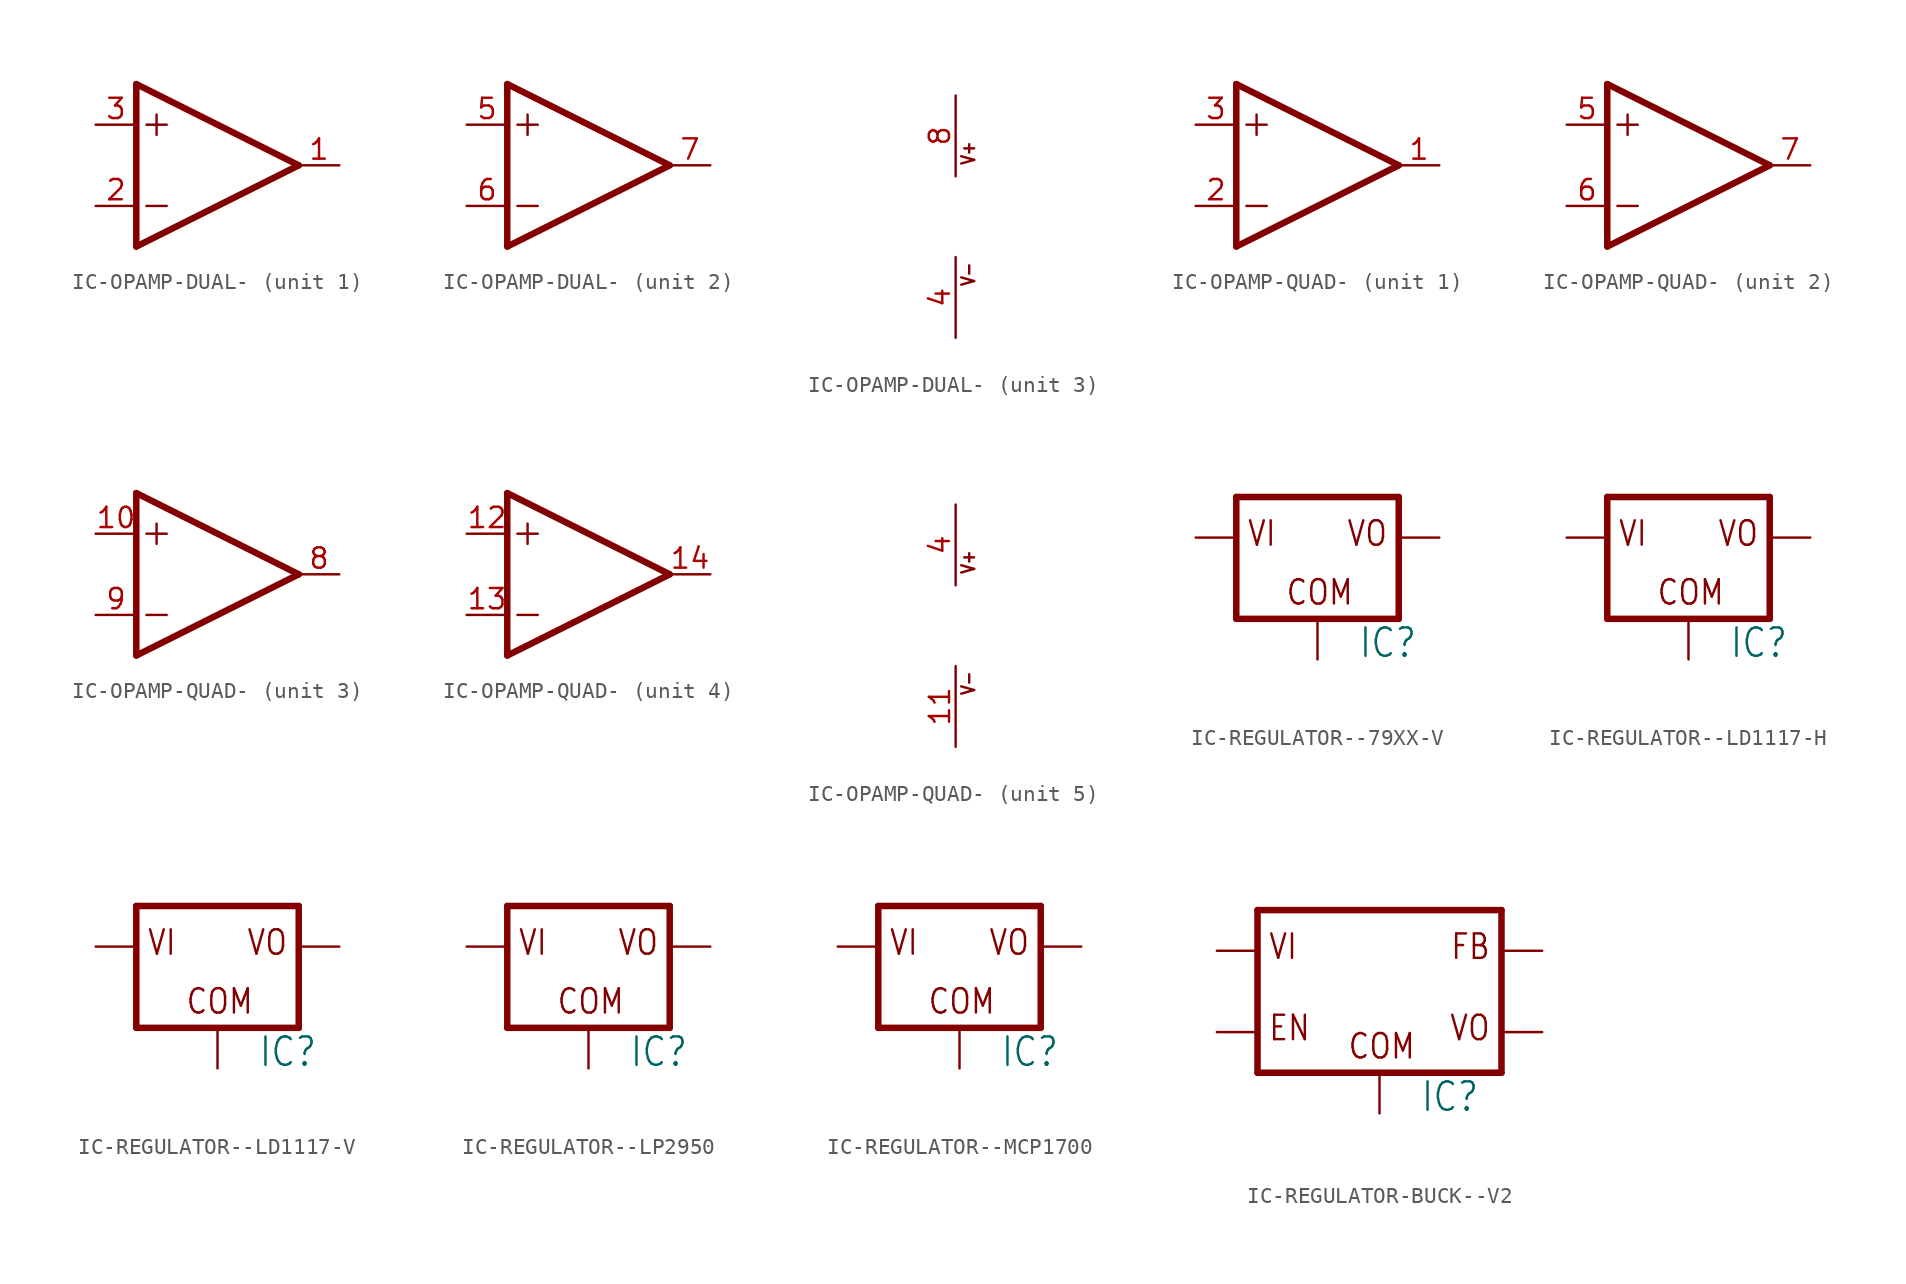
<source format=kicad_sym>
(kicad_symbol_lib
  (version 20231120)
  (generator "kicad_symbol_editor")
  (generator_version "8.0")
  (symbol "IC-OPAMP-DUAL-"
    (property "Reference" "IC"
      (at 2.54 3.175 0)
      (effects (font (size 1.778 1.511)) (justify left bottom) (hide yes)))
    (property "ki_locked" ""
      (at 0 0 0)
      (effects (font (size 1.27 1.27))))
    (symbol "IC-OPAMP-DUAL-_1_0"
      (polyline (pts (xy -5.08 -5.08) (xy 5.08 0)) (stroke (width 0.406) (type solid)) (fill (type none)))
      (polyline (pts (xy -5.08 5.08) (xy -5.08 -5.08)) (stroke (width 0.406) (type solid)) (fill (type none)))
      (polyline (pts (xy -4.445 -2.54) (xy -3.175 -2.54)) (stroke (width 0.152) (type solid)) (fill (type none)))
      (polyline (pts (xy -4.445 2.54) (xy -3.175 2.54)) (stroke (width 0.152) (type solid)) (fill (type none)))
      (polyline (pts (xy -3.81 3.175) (xy -3.81 1.905)) (stroke (width 0.152) (type solid)) (fill (type none)))
      (polyline (pts (xy 5.08 0) (xy -5.08 5.08)) (stroke (width 0.406) (type solid)) (fill (type none)))
      (pin output line (at 7.62 0 180) (length 2.54) (name "OUT" (effects (font (size 0 0)))) (number "1" (effects (font (size 1.27 1.27)))))
      (pin input line (at -7.62 -2.54 0) (length 2.54) (name "-IN" (effects (font (size 0 0)))) (number "2" (effects (font (size 1.27 1.27)))))
      (pin input line (at -7.62 2.54 0) (length 2.54) (name "+IN" (effects (font (size 0 0)))) (number "3" (effects (font (size 1.27 1.27))))))
    (symbol "IC-OPAMP-DUAL-_2_0"
      (polyline (pts (xy -5.08 -5.08) (xy 5.08 0)) (stroke (width 0.406) (type solid)) (fill (type none)))
      (polyline (pts (xy -5.08 5.08) (xy -5.08 -5.08)) (stroke (width 0.406) (type solid)) (fill (type none)))
      (polyline (pts (xy -4.445 -2.54) (xy -3.175 -2.54)) (stroke (width 0.152) (type solid)) (fill (type none)))
      (polyline (pts (xy -4.445 2.54) (xy -3.175 2.54)) (stroke (width 0.152) (type solid)) (fill (type none)))
      (polyline (pts (xy -3.81 3.175) (xy -3.81 1.905)) (stroke (width 0.152) (type solid)) (fill (type none)))
      (polyline (pts (xy 5.08 0) (xy -5.08 5.08)) (stroke (width 0.406) (type solid)) (fill (type none)))
      (pin input line (at -7.62 2.54 0) (length 2.54) (name "+IN" (effects (font (size 0 0)))) (number "5" (effects (font (size 1.27 1.27)))))
      (pin input line (at -7.62 -2.54 0) (length 2.54) (name "-IN" (effects (font (size 0 0)))) (number "6" (effects (font (size 1.27 1.27)))))
      (pin output line (at 7.62 0 180) (length 2.54) (name "OUT" (effects (font (size 0 0)))) (number "7" (effects (font (size 1.27 1.27))))))
    (symbol "IC-OPAMP-DUAL-_3_0"
      (text "V+" (at 1.27 3.175 900) (effects (font (size 0.813 0.691)) (justify left bottom)))
      (text "V-" (at 1.27 -4.445 900) (effects (font (size 0.813 0.691)) (justify left bottom)))
      (pin passive line (at 0 -7.62 90) (length 5.08) (name "V-" (effects (font (size 0 0)))) (number "4" (effects (font (size 1.27 1.27)))))
      (pin passive line (at 0 7.62 270) (length 5.08) (name "V+" (effects (font (size 0 0)))) (number "8" (effects (font (size 1.27 1.27)))))))
  (symbol "IC-OPAMP-QUAD-"
    (property "Reference" "IC"
      (at 2.54 3.175 0)
      (effects (font (size 1.778 1.511)) (justify left bottom) (hide yes)))
    (property "ki_locked" ""
      (at 0 0 0)
      (effects (font (size 1.27 1.27))))
    (symbol "IC-OPAMP-QUAD-_1_0"
      (polyline (pts (xy -5.08 -5.08) (xy 5.08 0)) (stroke (width 0.406) (type solid)) (fill (type none)))
      (polyline (pts (xy -5.08 5.08) (xy -5.08 -5.08)) (stroke (width 0.406) (type solid)) (fill (type none)))
      (polyline (pts (xy -4.445 -2.54) (xy -3.175 -2.54)) (stroke (width 0.152) (type solid)) (fill (type none)))
      (polyline (pts (xy -4.445 2.54) (xy -3.175 2.54)) (stroke (width 0.152) (type solid)) (fill (type none)))
      (polyline (pts (xy -3.81 3.175) (xy -3.81 1.905)) (stroke (width 0.152) (type solid)) (fill (type none)))
      (polyline (pts (xy 5.08 0) (xy -5.08 5.08)) (stroke (width 0.406) (type solid)) (fill (type none)))
      (pin output line (at 7.62 0 180) (length 2.54) (name "OUT" (effects (font (size 0 0)))) (number "1" (effects (font (size 1.27 1.27)))))
      (pin input line (at -7.62 -2.54 0) (length 2.54) (name "-IN" (effects (font (size 0 0)))) (number "2" (effects (font (size 1.27 1.27)))))
      (pin input line (at -7.62 2.54 0) (length 2.54) (name "+IN" (effects (font (size 0 0)))) (number "3" (effects (font (size 1.27 1.27))))))
    (symbol "IC-OPAMP-QUAD-_2_0"
      (polyline (pts (xy -5.08 -5.08) (xy 5.08 0)) (stroke (width 0.406) (type solid)) (fill (type none)))
      (polyline (pts (xy -5.08 5.08) (xy -5.08 -5.08)) (stroke (width 0.406) (type solid)) (fill (type none)))
      (polyline (pts (xy -4.445 -2.54) (xy -3.175 -2.54)) (stroke (width 0.152) (type solid)) (fill (type none)))
      (polyline (pts (xy -4.445 2.54) (xy -3.175 2.54)) (stroke (width 0.152) (type solid)) (fill (type none)))
      (polyline (pts (xy -3.81 3.175) (xy -3.81 1.905)) (stroke (width 0.152) (type solid)) (fill (type none)))
      (polyline (pts (xy 5.08 0) (xy -5.08 5.08)) (stroke (width 0.406) (type solid)) (fill (type none)))
      (pin input line (at -7.62 2.54 0) (length 2.54) (name "+IN" (effects (font (size 0 0)))) (number "5" (effects (font (size 1.27 1.27)))))
      (pin input line (at -7.62 -2.54 0) (length 2.54) (name "-IN" (effects (font (size 0 0)))) (number "6" (effects (font (size 1.27 1.27)))))
      (pin output line (at 7.62 0 180) (length 2.54) (name "OUT" (effects (font (size 0 0)))) (number "7" (effects (font (size 1.27 1.27))))))
    (symbol "IC-OPAMP-QUAD-_3_0"
      (polyline (pts (xy -5.08 -5.08) (xy 5.08 0)) (stroke (width 0.406) (type solid)) (fill (type none)))
      (polyline (pts (xy -5.08 5.08) (xy -5.08 -5.08)) (stroke (width 0.406) (type solid)) (fill (type none)))
      (polyline (pts (xy -4.445 -2.54) (xy -3.175 -2.54)) (stroke (width 0.152) (type solid)) (fill (type none)))
      (polyline (pts (xy -4.445 2.54) (xy -3.175 2.54)) (stroke (width 0.152) (type solid)) (fill (type none)))
      (polyline (pts (xy -3.81 3.175) (xy -3.81 1.905)) (stroke (width 0.152) (type solid)) (fill (type none)))
      (polyline (pts (xy 5.08 0) (xy -5.08 5.08)) (stroke (width 0.406) (type solid)) (fill (type none)))
      (pin input line (at -7.62 2.54 0) (length 2.54) (name "+IN" (effects (font (size 0 0)))) (number "10" (effects (font (size 1.27 1.27)))))
      (pin output line (at 7.62 0 180) (length 2.54) (name "OUT" (effects (font (size 0 0)))) (number "8" (effects (font (size 1.27 1.27)))))
      (pin input line (at -7.62 -2.54 0) (length 2.54) (name "-IN" (effects (font (size 0 0)))) (number "9" (effects (font (size 1.27 1.27))))))
    (symbol "IC-OPAMP-QUAD-_4_0"
      (polyline (pts (xy -5.08 -5.08) (xy 5.08 0)) (stroke (width 0.406) (type solid)) (fill (type none)))
      (polyline (pts (xy -5.08 5.08) (xy -5.08 -5.08)) (stroke (width 0.406) (type solid)) (fill (type none)))
      (polyline (pts (xy -4.445 -2.54) (xy -3.175 -2.54)) (stroke (width 0.152) (type solid)) (fill (type none)))
      (polyline (pts (xy -4.445 2.54) (xy -3.175 2.54)) (stroke (width 0.152) (type solid)) (fill (type none)))
      (polyline (pts (xy -3.81 3.175) (xy -3.81 1.905)) (stroke (width 0.152) (type solid)) (fill (type none)))
      (polyline (pts (xy 5.08 0) (xy -5.08 5.08)) (stroke (width 0.406) (type solid)) (fill (type none)))
      (pin input line (at -7.62 2.54 0) (length 2.54) (name "+IN" (effects (font (size 0 0)))) (number "12" (effects (font (size 1.27 1.27)))))
      (pin input line (at -7.62 -2.54 0) (length 2.54) (name "-IN" (effects (font (size 0 0)))) (number "13" (effects (font (size 1.27 1.27)))))
      (pin output line (at 7.62 0 180) (length 2.54) (name "OUT" (effects (font (size 0 0)))) (number "14" (effects (font (size 1.27 1.27))))))
    (symbol "IC-OPAMP-QUAD-_5_0"
      (text "V+" (at 1.27 3.175 900) (effects (font (size 0.813 0.691)) (justify left bottom)))
      (text "V-" (at 1.27 -4.445 900) (effects (font (size 0.813 0.691)) (justify left bottom)))
      (pin passive line (at 0 -7.62 90) (length 5.08) (name "V-" (effects (font (size 0 0)))) (number "11" (effects (font (size 1.27 1.27)))))
      (pin passive line (at 0 7.62 270) (length 5.08) (name "V+" (effects (font (size 0 0)))) (number "4" (effects (font (size 1.27 1.27)))))))
  (symbol "IC-REGULATOR--79XX-V"
    (property "Reference" "IC"
      (at 2.54 -7.62 0)
      (effects (font (size 1.778 1.511)) (justify left bottom)))
    (property "Value" ""
      (at 2.54 -10.16 0)
      (effects (font (size 1.778 1.511)) (justify left bottom)))
    (property "ki_locked" ""
      (at 0 0 0)
      (effects (font (size 1.27 1.27))))
    (symbol "IC-REGULATOR--79XX-V_1_0"
      (polyline (pts (xy -5.08 -5.08) (xy 5.08 -5.08)) (stroke (width 0.406) (type solid)) (fill (type none)))
      (polyline (pts (xy -5.08 2.54) (xy -5.08 -5.08)) (stroke (width 0.406) (type solid)) (fill (type none)))
      (polyline (pts (xy 5.08 -5.08) (xy 5.08 2.54)) (stroke (width 0.406) (type solid)) (fill (type none)))
      (polyline (pts (xy 5.08 2.54) (xy -5.08 2.54)) (stroke (width 0.406) (type solid)) (fill (type none)))
      (text "COM" (at -2.032 -4.318 0) (effects (font (size 1.524 1.295)) (justify left bottom)))
      (text "VI" (at -4.445 -0.635 0) (effects (font (size 1.524 1.295)) (justify left bottom)))
      (text "VO" (at 4.445 -0.635 0) (effects (font (size 1.524 1.295)) (justify right bottom)))
      (pin input line (at -7.62 0 0) (length 2.54) (name "VI" (effects (font (size 0 0)))) (number "1" (effects (font (size 0 0)))))
      (pin input line (at 0 -7.62 90) (length 2.54) (name "COM" (effects (font (size 0 0)))) (number "2" (effects (font (size 0 0)))))
      (pin passive line (at 7.62 0 180) (length 2.54) (name "VO" (effects (font (size 0 0)))) (number "3" (effects (font (size 0 0)))))))
  (symbol "IC-REGULATOR--LD1117-H"
    (property "Reference" "IC"
      (at 2.54 -7.62 0)
      (effects (font (size 1.778 1.511)) (justify left bottom)))
    (property "Value" ""
      (at 2.54 -10.16 0)
      (effects (font (size 1.778 1.511)) (justify left bottom)))
    (property "ki_locked" ""
      (at 0 0 0)
      (effects (font (size 1.27 1.27))))
    (symbol "IC-REGULATOR--LD1117-H_1_0"
      (polyline (pts (xy -5.08 -5.08) (xy 5.08 -5.08)) (stroke (width 0.406) (type solid)) (fill (type none)))
      (polyline (pts (xy -5.08 2.54) (xy -5.08 -5.08)) (stroke (width 0.406) (type solid)) (fill (type none)))
      (polyline (pts (xy 5.08 -5.08) (xy 5.08 2.54)) (stroke (width 0.406) (type solid)) (fill (type none)))
      (polyline (pts (xy 5.08 2.54) (xy -5.08 2.54)) (stroke (width 0.406) (type solid)) (fill (type none)))
      (text "COM" (at -2.032 -4.318 0) (effects (font (size 1.524 1.295)) (justify left bottom)))
      (text "VI" (at -4.445 -0.635 0) (effects (font (size 1.524 1.295)) (justify left bottom)))
      (text "VO" (at 4.445 -0.635 0) (effects (font (size 1.524 1.295)) (justify right bottom)))
      (pin input line (at 0 -7.62 90) (length 2.54) (name "COM" (effects (font (size 0 0)))) (number "1" (effects (font (size 0 0)))))
      (pin passive line (at 7.62 0 180) (length 2.54) (name "VO" (effects (font (size 0 0)))) (number "2" (effects (font (size 0 0)))))
      (pin input line (at -7.62 0 0) (length 2.54) (name "VI" (effects (font (size 0 0)))) (number "3" (effects (font (size 0 0)))))))
  (symbol "IC-REGULATOR--LD1117-V"
    (property "Reference" "IC"
      (at 2.54 -7.62 0)
      (effects (font (size 1.778 1.511)) (justify left bottom)))
    (property "Value" ""
      (at 2.54 -10.16 0)
      (effects (font (size 1.778 1.511)) (justify left bottom)))
    (property "ki_locked" ""
      (at 0 0 0)
      (effects (font (size 1.27 1.27))))
    (symbol "IC-REGULATOR--LD1117-V_1_0"
      (polyline (pts (xy -5.08 -5.08) (xy 5.08 -5.08)) (stroke (width 0.406) (type solid)) (fill (type none)))
      (polyline (pts (xy -5.08 2.54) (xy -5.08 -5.08)) (stroke (width 0.406) (type solid)) (fill (type none)))
      (polyline (pts (xy 5.08 -5.08) (xy 5.08 2.54)) (stroke (width 0.406) (type solid)) (fill (type none)))
      (polyline (pts (xy 5.08 2.54) (xy -5.08 2.54)) (stroke (width 0.406) (type solid)) (fill (type none)))
      (text "COM" (at -2.032 -4.318 0) (effects (font (size 1.524 1.295)) (justify left bottom)))
      (text "VI" (at -4.445 -0.635 0) (effects (font (size 1.524 1.295)) (justify left bottom)))
      (text "VO" (at 4.445 -0.635 0) (effects (font (size 1.524 1.295)) (justify right bottom)))
      (pin input line (at 0 -7.62 90) (length 2.54) (name "COM" (effects (font (size 0 0)))) (number "1" (effects (font (size 0 0)))))
      (pin passive line (at 7.62 0 180) (length 2.54) (name "VO" (effects (font (size 0 0)))) (number "2" (effects (font (size 0 0)))))
      (pin input line (at -7.62 0 0) (length 2.54) (name "VI" (effects (font (size 0 0)))) (number "3" (effects (font (size 0 0)))))))
  (symbol "IC-REGULATOR--LP2950"
    (property "Reference" "IC"
      (at 2.54 -7.62 0)
      (effects (font (size 1.778 1.511)) (justify left bottom)))
    (property "Value" ""
      (at 2.54 -10.16 0)
      (effects (font (size 1.778 1.511)) (justify left bottom)))
    (property "ki_locked" ""
      (at 0 0 0)
      (effects (font (size 1.27 1.27))))
    (symbol "IC-REGULATOR--LP2950_1_0"
      (polyline (pts (xy -5.08 -5.08) (xy 5.08 -5.08)) (stroke (width 0.406) (type solid)) (fill (type none)))
      (polyline (pts (xy -5.08 2.54) (xy -5.08 -5.08)) (stroke (width 0.406) (type solid)) (fill (type none)))
      (polyline (pts (xy 5.08 -5.08) (xy 5.08 2.54)) (stroke (width 0.406) (type solid)) (fill (type none)))
      (polyline (pts (xy 5.08 2.54) (xy -5.08 2.54)) (stroke (width 0.406) (type solid)) (fill (type none)))
      (text "COM" (at -2.032 -4.318 0) (effects (font (size 1.524 1.295)) (justify left bottom)))
      (text "VI" (at -4.445 -0.635 0) (effects (font (size 1.524 1.295)) (justify left bottom)))
      (text "VO" (at 4.445 -0.635 0) (effects (font (size 1.524 1.295)) (justify right bottom)))
      (pin passive line (at 7.62 0 180) (length 2.54) (name "VO" (effects (font (size 0 0)))) (number "1" (effects (font (size 0 0)))))
      (pin input line (at 0 -7.62 90) (length 2.54) (name "COM" (effects (font (size 0 0)))) (number "2" (effects (font (size 0 0)))))
      (pin input line (at -7.62 0 0) (length 2.54) (name "VI" (effects (font (size 0 0)))) (number "3" (effects (font (size 0 0)))))))
  (symbol "IC-REGULATOR--MCP1700"
    (property "Reference" "IC"
      (at 2.54 -7.62 0)
      (effects (font (size 1.778 1.511)) (justify left bottom)))
    (property "Value" ""
      (at 2.54 -10.16 0)
      (effects (font (size 1.778 1.511)) (justify left bottom)))
    (property "ki_locked" ""
      (at 0 0 0)
      (effects (font (size 1.27 1.27))))
    (symbol "IC-REGULATOR--MCP1700_1_0"
      (polyline (pts (xy -5.08 -5.08) (xy 5.08 -5.08)) (stroke (width 0.406) (type solid)) (fill (type none)))
      (polyline (pts (xy -5.08 2.54) (xy -5.08 -5.08)) (stroke (width 0.406) (type solid)) (fill (type none)))
      (polyline (pts (xy 5.08 -5.08) (xy 5.08 2.54)) (stroke (width 0.406) (type solid)) (fill (type none)))
      (polyline (pts (xy 5.08 2.54) (xy -5.08 2.54)) (stroke (width 0.406) (type solid)) (fill (type none)))
      (text "COM" (at -2.032 -4.318 0) (effects (font (size 1.524 1.295)) (justify left bottom)))
      (text "VI" (at -4.445 -0.635 0) (effects (font (size 1.524 1.295)) (justify left bottom)))
      (text "VO" (at 4.445 -0.635 0) (effects (font (size 1.524 1.295)) (justify right bottom)))
      (pin input line (at 0 -7.62 90) (length 2.54) (name "COM" (effects (font (size 0 0)))) (number "1" (effects (font (size 0 0)))))
      (pin input line (at -7.62 0 0) (length 2.54) (name "VI" (effects (font (size 0 0)))) (number "2" (effects (font (size 0 0)))))
      (pin passive line (at 7.62 0 180) (length 2.54) (name "VO" (effects (font (size 0 0)))) (number "3" (effects (font (size 0 0)))))))
  (symbol "IC-REGULATOR-BUCK--V2"
    (property "Reference" "IC"
      (at 2.54 -7.62 0)
      (effects (font (size 1.778 1.511)) (justify left bottom)))
    (property "Value" ""
      (at 2.54 -10.16 0)
      (effects (font (size 1.778 1.511)) (justify left bottom)))
    (property "ki_locked" ""
      (at 0 0 0)
      (effects (font (size 1.27 1.27))))
    (symbol "IC-REGULATOR-BUCK--V2_1_0"
      (polyline (pts (xy -7.62 -5.08) (xy 7.62 -5.08)) (stroke (width 0.406) (type solid)) (fill (type none)))
      (polyline (pts (xy -7.62 5.08) (xy -7.62 -5.08)) (stroke (width 0.406) (type solid)) (fill (type none)))
      (polyline (pts (xy 7.62 -5.08) (xy 7.62 5.08)) (stroke (width 0.406) (type solid)) (fill (type none)))
      (polyline (pts (xy 7.62 5.08) (xy -7.62 5.08)) (stroke (width 0.406) (type solid)) (fill (type none)))
      (text "COM" (at -2.032 -4.318 0) (effects (font (size 1.524 1.295)) (justify left bottom)))
      (text "EN" (at -6.985 -3.175 0) (effects (font (size 1.524 1.295)) (justify left bottom)))
      (text "FB" (at 6.985 1.905 0) (effects (font (size 1.524 1.295)) (justify right bottom)))
      (text "VI" (at -6.985 1.905 0) (effects (font (size 1.524 1.295)) (justify left bottom)))
      (text "VO" (at 6.985 -3.175 0) (effects (font (size 1.524 1.295)) (justify right bottom)))
      (pin input line (at -10.16 2.54 0) (length 2.54) (name "VI" (effects (font (size 0 0)))) (number "1" (effects (font (size 0 0)))))
      (pin passive line (at 10.16 -2.54 180) (length 2.54) (name "VO" (effects (font (size 0 0)))) (number "2" (effects (font (size 0 0)))))
      (pin input line (at 0 -7.62 90) (length 2.54) (name "COM" (effects (font (size 0 0)))) (number "3" (effects (font (size 0 0)))))
      (pin passive line (at 10.16 2.54 180) (length 2.54) (name "FB" (effects (font (size 0 0)))) (number "4" (effects (font (size 0 0)))))
      (pin input line (at -10.16 -2.54 0) (length 2.54) (name "EN" (effects (font (size 0 0)))) (number "5" (effects (font (size 0 0))))))))
</source>
